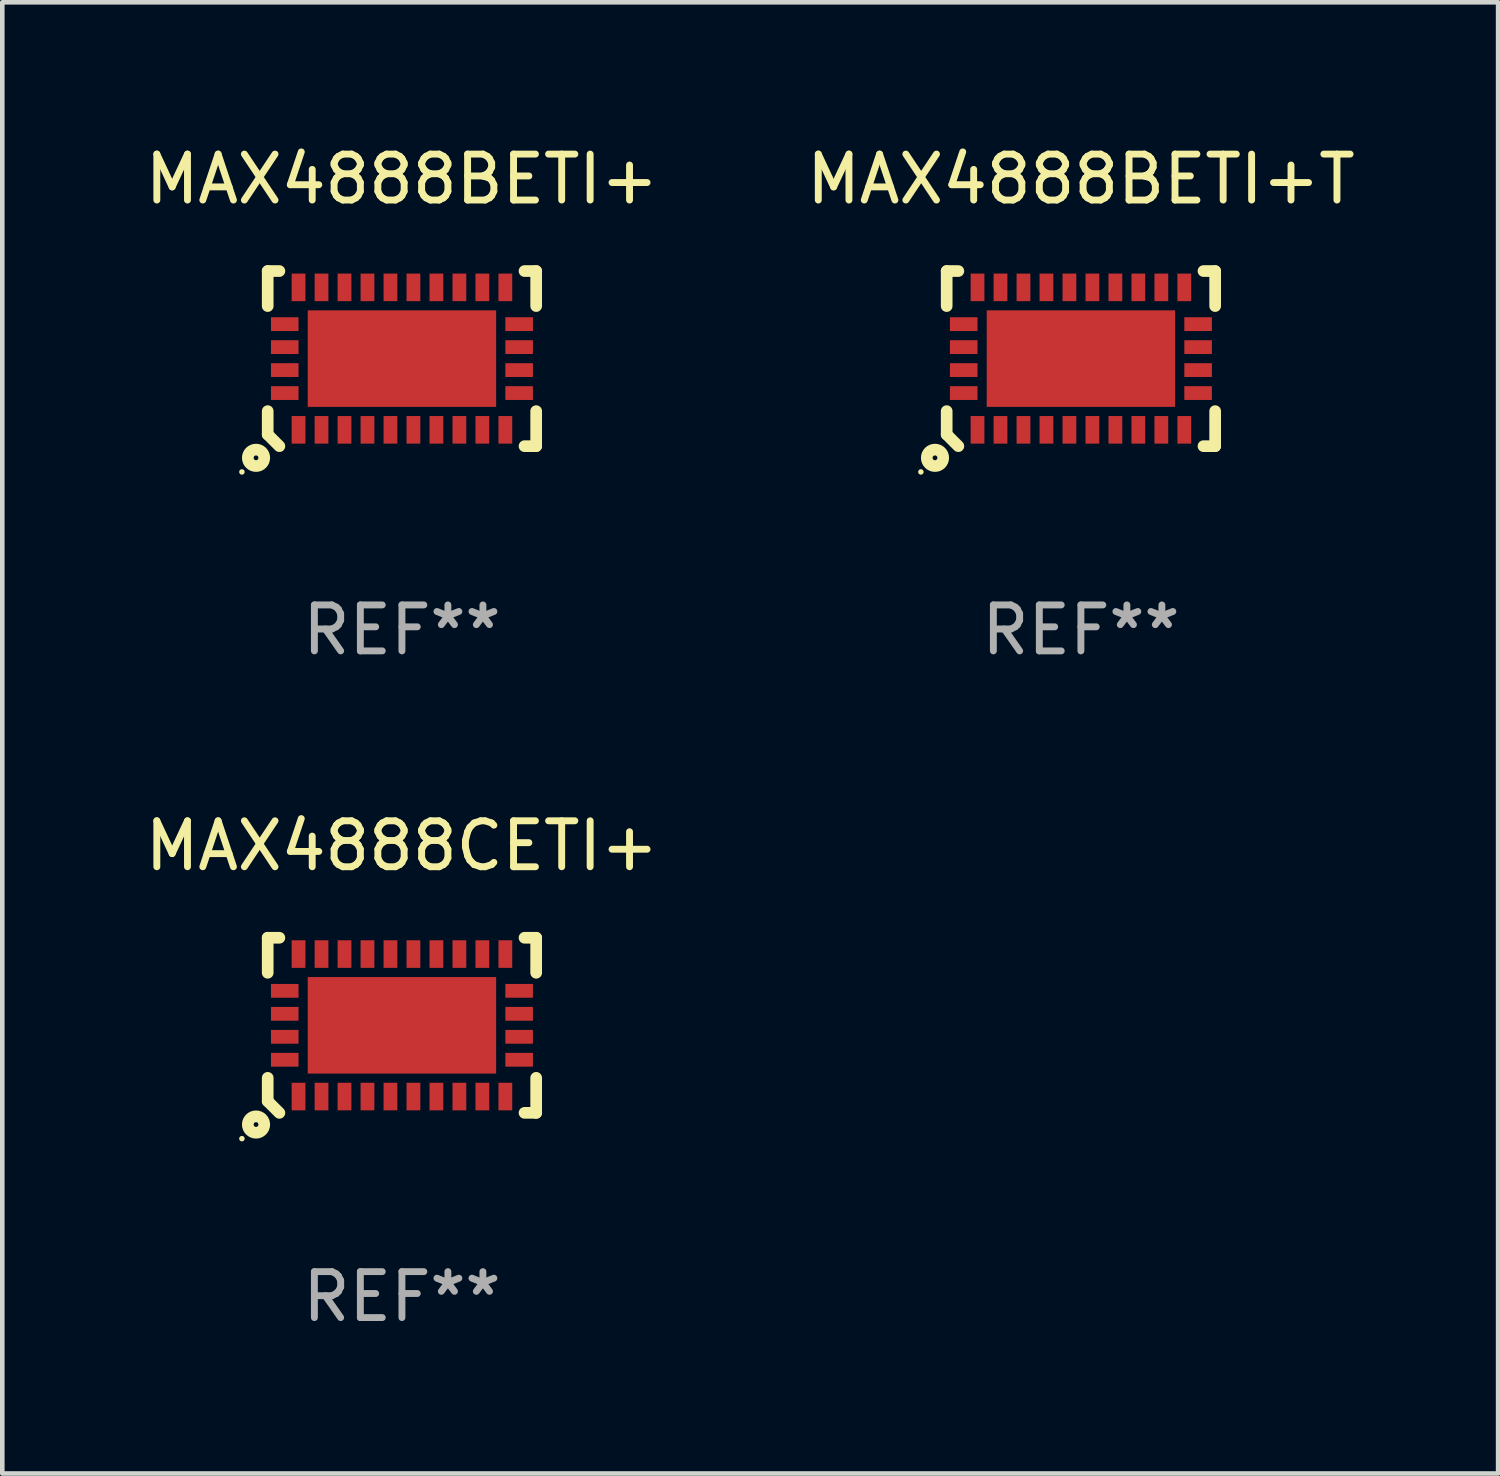
<source format=kicad_pcb>
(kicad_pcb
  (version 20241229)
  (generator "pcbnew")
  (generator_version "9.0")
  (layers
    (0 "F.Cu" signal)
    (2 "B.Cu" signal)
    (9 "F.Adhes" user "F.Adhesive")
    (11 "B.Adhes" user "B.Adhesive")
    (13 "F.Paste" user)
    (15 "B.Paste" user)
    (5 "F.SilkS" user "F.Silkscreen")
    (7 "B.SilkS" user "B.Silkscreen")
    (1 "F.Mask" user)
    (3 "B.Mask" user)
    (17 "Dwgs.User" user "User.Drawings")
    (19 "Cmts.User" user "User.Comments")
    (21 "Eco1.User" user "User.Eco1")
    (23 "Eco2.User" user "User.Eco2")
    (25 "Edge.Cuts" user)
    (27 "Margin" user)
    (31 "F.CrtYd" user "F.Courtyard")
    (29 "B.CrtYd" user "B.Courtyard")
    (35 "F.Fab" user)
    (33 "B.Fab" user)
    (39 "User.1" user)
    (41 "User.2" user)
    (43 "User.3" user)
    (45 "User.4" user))
  (footprint "MAX4888BETI+"
    (layer "F.Cu")
    (at 5.696 4.753)
    (property "Reference" "MAX4888BETI+" (at 0 -3.905 0) (layer "F.SilkS") (effects (font (size 1 1) (thickness 0.15))))
    (attr through_hole)
    (fp_line (start -2.921 -1.905) (end -2.667 -1.905) (stroke (width 0.254) (type solid)) (layer "F.SilkS"))
    (fp_line (start -2.921 -1.143) (end -2.921 -1.905) (stroke (width 0.254) (type solid)) (layer "F.SilkS"))
    (fp_line (start -2.921 1.143) (end -2.921 1.651) (stroke (width 0.254) (type solid)) (layer "F.SilkS"))
    (fp_line (start -2.921 1.651) (end -2.667 1.905) (stroke (width 0.254) (type solid)) (layer "F.SilkS"))
    (fp_line (start 2.667 -1.905) (end 2.921 -1.905) (stroke (width 0.254) (type solid)) (layer "F.SilkS"))
    (fp_line (start 2.921 -1.905) (end 2.921 -1.143) (stroke (width 0.254) (type solid)) (layer "F.SilkS"))
    (fp_line (start 2.921 1.143) (end 2.921 1.905) (stroke (width 0.254) (type solid)) (layer "F.SilkS"))
    (fp_line (start 2.921 1.905) (end 2.667 1.905) (stroke (width 0.254) (type solid)) (layer "F.SilkS"))
    (fp_circle (center -3.482 2.466) (end -3.452 2.466) (stroke (width 0.06) (type solid)) (fill no) (layer "F.SilkS"))
    (fp_circle (center -3.175 2.159) (end -2.996 2.159) (stroke (width 0.254) (type solid)) (fill no) (layer "F.SilkS"))
    (fp_text user "REF**" (at 0 5.905 0) (layer "F.Fab") (effects (font (size 1 1) (thickness 0.15))))
    (pad "1" smd rect (at -2.25 1.55) (size 0.3 0.6) (layers "F.Cu" "F.Mask" "F.Paste"))
    (pad "2" smd rect (at -1.75 1.55) (size 0.3 0.6) (layers "F.Cu" "F.Mask" "F.Paste"))
    (pad "3" smd rect (at -1.25 1.55) (size 0.3 0.6) (layers "F.Cu" "F.Mask" "F.Paste"))
    (pad "4" smd rect (at -0.75 1.55) (size 0.3 0.6) (layers "F.Cu" "F.Mask" "F.Paste"))
    (pad "5" smd rect (at -0.25 1.55) (size 0.3 0.6) (layers "F.Cu" "F.Mask" "F.Paste"))
    (pad "6" smd rect (at 0.25 1.55) (size 0.3 0.6) (layers "F.Cu" "F.Mask" "F.Paste"))
    (pad "7" smd rect (at 0.75 1.55) (size 0.3 0.6) (layers "F.Cu" "F.Mask" "F.Paste"))
    (pad "8" smd rect (at 1.25 1.55) (size 0.3 0.6) (layers "F.Cu" "F.Mask" "F.Paste"))
    (pad "9" smd rect (at 1.75 1.55) (size 0.3 0.6) (layers "F.Cu" "F.Mask" "F.Paste"))
    (pad "10" smd rect (at 2.25 1.55) (size 0.3 0.6) (layers "F.Cu" "F.Mask" "F.Paste"))
    (pad "11" smd rect (at 2.55 0.75 90) (size 0.3 0.6) (layers "F.Cu" "F.Mask" "F.Paste"))
    (pad "12" smd rect (at 2.55 0.25 90) (size 0.3 0.6) (layers "F.Cu" "F.Mask" "F.Paste"))
    (pad "13" smd rect (at 2.55 -0.25 90) (size 0.3 0.6) (layers "F.Cu" "F.Mask" "F.Paste"))
    (pad "14" smd rect (at 2.55 -0.75 90) (size 0.3 0.6) (layers "F.Cu" "F.Mask" "F.Paste"))
    (pad "15" smd rect (at 2.25 -1.55) (size 0.3 0.6) (layers "F.Cu" "F.Mask" "F.Paste"))
    (pad "16" smd rect (at 1.75 -1.55) (size 0.3 0.6) (layers "F.Cu" "F.Mask" "F.Paste"))
    (pad "17" smd rect (at 1.25 -1.55) (size 0.3 0.6) (layers "F.Cu" "F.Mask" "F.Paste"))
    (pad "18" smd rect (at 0.75 -1.55) (size 0.3 0.6) (layers "F.Cu" "F.Mask" "F.Paste"))
    (pad "19" smd rect (at 0.25 -1.55) (size 0.3 0.6) (layers "F.Cu" "F.Mask" "F.Paste"))
    (pad "20" smd rect (at -0.25 -1.55) (size 0.3 0.6) (layers "F.Cu" "F.Mask" "F.Paste"))
    (pad "21" smd rect (at -0.75 -1.55) (size 0.3 0.6) (layers "F.Cu" "F.Mask" "F.Paste"))
    (pad "22" smd rect (at -1.25 -1.55) (size 0.3 0.6) (layers "F.Cu" "F.Mask" "F.Paste"))
    (pad "23" smd rect (at -1.75 -1.55) (size 0.3 0.6) (layers "F.Cu" "F.Mask" "F.Paste"))
    (pad "24" smd rect (at -2.25 -1.55) (size 0.3 0.6) (layers "F.Cu" "F.Mask" "F.Paste"))
    (pad "25" smd rect (at -2.55 -0.75 270) (size 0.3 0.6) (layers "F.Cu" "F.Mask" "F.Paste"))
    (pad "26" smd rect (at -2.55 -0.25 270) (size 0.3 0.6) (layers "F.Cu" "F.Mask" "F.Paste"))
    (pad "27" smd rect (at -2.55 0.25 270) (size 0.3 0.6) (layers "F.Cu" "F.Mask" "F.Paste"))
    (pad "28" smd rect (at -2.55 0.75 270) (size 0.3 0.6) (layers "F.Cu" "F.Mask" "F.Paste"))
    (pad "29" smd rect (at -0.000076 0.000102 270) (size 2.1 4.1) (layers "F.Cu" "F.Mask" "F.Paste")))
  (footprint "MAX4888CETI+"
    (layer "F.Cu")
    (at 5.696 19.26)
    (property "Reference" "MAX4888CETI+" (at 0 -3.905 0) (layer "F.SilkS") (effects (font (size 1 1) (thickness 0.15))))
    (attr through_hole)
    (fp_line (start -2.921 -1.905) (end -2.667 -1.905) (stroke (width 0.254) (type solid)) (layer "F.SilkS"))
    (fp_line (start -2.921 -1.143) (end -2.921 -1.905) (stroke (width 0.254) (type solid)) (layer "F.SilkS"))
    (fp_line (start -2.921 1.143) (end -2.921 1.651) (stroke (width 0.254) (type solid)) (layer "F.SilkS"))
    (fp_line (start -2.921 1.651) (end -2.667 1.905) (stroke (width 0.254) (type solid)) (layer "F.SilkS"))
    (fp_line (start 2.667 -1.905) (end 2.921 -1.905) (stroke (width 0.254) (type solid)) (layer "F.SilkS"))
    (fp_line (start 2.921 -1.905) (end 2.921 -1.143) (stroke (width 0.254) (type solid)) (layer "F.SilkS"))
    (fp_line (start 2.921 1.143) (end 2.921 1.905) (stroke (width 0.254) (type solid)) (layer "F.SilkS"))
    (fp_line (start 2.921 1.905) (end 2.667 1.905) (stroke (width 0.254) (type solid)) (layer "F.SilkS"))
    (fp_circle (center -3.482 2.466) (end -3.452 2.466) (stroke (width 0.06) (type solid)) (fill no) (layer "F.SilkS"))
    (fp_circle (center -3.175 2.159) (end -2.996 2.159) (stroke (width 0.254) (type solid)) (fill no) (layer "F.SilkS"))
    (fp_text user "REF**" (at 0 5.905 0) (layer "F.Fab") (effects (font (size 1 1) (thickness 0.15))))
    (pad "1" smd rect (at -2.25 1.55) (size 0.3 0.6) (layers "F.Cu" "F.Mask" "F.Paste"))
    (pad "2" smd rect (at -1.75 1.55) (size 0.3 0.6) (layers "F.Cu" "F.Mask" "F.Paste"))
    (pad "3" smd rect (at -1.25 1.55) (size 0.3 0.6) (layers "F.Cu" "F.Mask" "F.Paste"))
    (pad "4" smd rect (at -0.75 1.55) (size 0.3 0.6) (layers "F.Cu" "F.Mask" "F.Paste"))
    (pad "5" smd rect (at -0.25 1.55) (size 0.3 0.6) (layers "F.Cu" "F.Mask" "F.Paste"))
    (pad "6" smd rect (at 0.25 1.55) (size 0.3 0.6) (layers "F.Cu" "F.Mask" "F.Paste"))
    (pad "7" smd rect (at 0.75 1.55) (size 0.3 0.6) (layers "F.Cu" "F.Mask" "F.Paste"))
    (pad "8" smd rect (at 1.25 1.55) (size 0.3 0.6) (layers "F.Cu" "F.Mask" "F.Paste"))
    (pad "9" smd rect (at 1.75 1.55) (size 0.3 0.6) (layers "F.Cu" "F.Mask" "F.Paste"))
    (pad "10" smd rect (at 2.25 1.55) (size 0.3 0.6) (layers "F.Cu" "F.Mask" "F.Paste"))
    (pad "11" smd rect (at 2.55 0.75 90) (size 0.3 0.6) (layers "F.Cu" "F.Mask" "F.Paste"))
    (pad "12" smd rect (at 2.55 0.25 90) (size 0.3 0.6) (layers "F.Cu" "F.Mask" "F.Paste"))
    (pad "13" smd rect (at 2.55 -0.25 90) (size 0.3 0.6) (layers "F.Cu" "F.Mask" "F.Paste"))
    (pad "14" smd rect (at 2.55 -0.75 90) (size 0.3 0.6) (layers "F.Cu" "F.Mask" "F.Paste"))
    (pad "15" smd rect (at 2.25 -1.55) (size 0.3 0.6) (layers "F.Cu" "F.Mask" "F.Paste"))
    (pad "16" smd rect (at 1.75 -1.55) (size 0.3 0.6) (layers "F.Cu" "F.Mask" "F.Paste"))
    (pad "17" smd rect (at 1.25 -1.55) (size 0.3 0.6) (layers "F.Cu" "F.Mask" "F.Paste"))
    (pad "18" smd rect (at 0.75 -1.55) (size 0.3 0.6) (layers "F.Cu" "F.Mask" "F.Paste"))
    (pad "19" smd rect (at 0.25 -1.55) (size 0.3 0.6) (layers "F.Cu" "F.Mask" "F.Paste"))
    (pad "20" smd rect (at -0.25 -1.55) (size 0.3 0.6) (layers "F.Cu" "F.Mask" "F.Paste"))
    (pad "21" smd rect (at -0.75 -1.55) (size 0.3 0.6) (layers "F.Cu" "F.Mask" "F.Paste"))
    (pad "22" smd rect (at -1.25 -1.55) (size 0.3 0.6) (layers "F.Cu" "F.Mask" "F.Paste"))
    (pad "23" smd rect (at -1.75 -1.55) (size 0.3 0.6) (layers "F.Cu" "F.Mask" "F.Paste"))
    (pad "24" smd rect (at -2.25 -1.55) (size 0.3 0.6) (layers "F.Cu" "F.Mask" "F.Paste"))
    (pad "25" smd rect (at -2.55 -0.75 270) (size 0.3 0.6) (layers "F.Cu" "F.Mask" "F.Paste"))
    (pad "26" smd rect (at -2.55 -0.25 270) (size 0.3 0.6) (layers "F.Cu" "F.Mask" "F.Paste"))
    (pad "27" smd rect (at -2.55 0.25 270) (size 0.3 0.6) (layers "F.Cu" "F.Mask" "F.Paste"))
    (pad "28" smd rect (at -2.55 0.75 270) (size 0.3 0.6) (layers "F.Cu" "F.Mask" "F.Paste"))
    (pad "29" smd rect (at -0.000076 0.000102 270) (size 2.1 4.1) (layers "F.Cu" "F.Mask" "F.Paste")))
  (footprint "MAX4888BETI+T"
    (layer "F.Cu")
    (at 20.47 4.753)
    (property "Reference" "MAX4888BETI+T" (at 0 -3.905 0) (layer "F.SilkS") (effects (font (size 1 1) (thickness 0.15))))
    (attr through_hole)
    (fp_line (start -2.921 -1.905) (end -2.667 -1.905) (stroke (width 0.254) (type solid)) (layer "F.SilkS"))
    (fp_line (start -2.921 -1.143) (end -2.921 -1.905) (stroke (width 0.254) (type solid)) (layer "F.SilkS"))
    (fp_line (start -2.921 1.143) (end -2.921 1.651) (stroke (width 0.254) (type solid)) (layer "F.SilkS"))
    (fp_line (start -2.921 1.651) (end -2.667 1.905) (stroke (width 0.254) (type solid)) (layer "F.SilkS"))
    (fp_line (start 2.667 -1.905) (end 2.921 -1.905) (stroke (width 0.254) (type solid)) (layer "F.SilkS"))
    (fp_line (start 2.921 -1.905) (end 2.921 -1.143) (stroke (width 0.254) (type solid)) (layer "F.SilkS"))
    (fp_line (start 2.921 1.143) (end 2.921 1.905) (stroke (width 0.254) (type solid)) (layer "F.SilkS"))
    (fp_line (start 2.921 1.905) (end 2.667 1.905) (stroke (width 0.254) (type solid)) (layer "F.SilkS"))
    (fp_circle (center -3.482 2.466) (end -3.452 2.466) (stroke (width 0.06) (type solid)) (fill no) (layer "F.SilkS"))
    (fp_circle (center -3.175 2.159) (end -2.996 2.159) (stroke (width 0.254) (type solid)) (fill no) (layer "F.SilkS"))
    (fp_text user "REF**" (at 0 5.905 0) (layer "F.Fab") (effects (font (size 1 1) (thickness 0.15))))
    (pad "1" smd rect (at -2.25 1.55) (size 0.3 0.6) (layers "F.Cu" "F.Mask" "F.Paste"))
    (pad "2" smd rect (at -1.75 1.55) (size 0.3 0.6) (layers "F.Cu" "F.Mask" "F.Paste"))
    (pad "3" smd rect (at -1.25 1.55) (size 0.3 0.6) (layers "F.Cu" "F.Mask" "F.Paste"))
    (pad "4" smd rect (at -0.75 1.55) (size 0.3 0.6) (layers "F.Cu" "F.Mask" "F.Paste"))
    (pad "5" smd rect (at -0.25 1.55) (size 0.3 0.6) (layers "F.Cu" "F.Mask" "F.Paste"))
    (pad "6" smd rect (at 0.25 1.55) (size 0.3 0.6) (layers "F.Cu" "F.Mask" "F.Paste"))
    (pad "7" smd rect (at 0.75 1.55) (size 0.3 0.6) (layers "F.Cu" "F.Mask" "F.Paste"))
    (pad "8" smd rect (at 1.25 1.55) (size 0.3 0.6) (layers "F.Cu" "F.Mask" "F.Paste"))
    (pad "9" smd rect (at 1.75 1.55) (size 0.3 0.6) (layers "F.Cu" "F.Mask" "F.Paste"))
    (pad "10" smd rect (at 2.25 1.55) (size 0.3 0.6) (layers "F.Cu" "F.Mask" "F.Paste"))
    (pad "11" smd rect (at 2.55 0.75 90) (size 0.3 0.6) (layers "F.Cu" "F.Mask" "F.Paste"))
    (pad "12" smd rect (at 2.55 0.25 90) (size 0.3 0.6) (layers "F.Cu" "F.Mask" "F.Paste"))
    (pad "13" smd rect (at 2.55 -0.25 90) (size 0.3 0.6) (layers "F.Cu" "F.Mask" "F.Paste"))
    (pad "14" smd rect (at 2.55 -0.75 90) (size 0.3 0.6) (layers "F.Cu" "F.Mask" "F.Paste"))
    (pad "15" smd rect (at 2.25 -1.55) (size 0.3 0.6) (layers "F.Cu" "F.Mask" "F.Paste"))
    (pad "16" smd rect (at 1.75 -1.55) (size 0.3 0.6) (layers "F.Cu" "F.Mask" "F.Paste"))
    (pad "17" smd rect (at 1.25 -1.55) (size 0.3 0.6) (layers "F.Cu" "F.Mask" "F.Paste"))
    (pad "18" smd rect (at 0.75 -1.55) (size 0.3 0.6) (layers "F.Cu" "F.Mask" "F.Paste"))
    (pad "19" smd rect (at 0.25 -1.55) (size 0.3 0.6) (layers "F.Cu" "F.Mask" "F.Paste"))
    (pad "20" smd rect (at -0.25 -1.55) (size 0.3 0.6) (layers "F.Cu" "F.Mask" "F.Paste"))
    (pad "21" smd rect (at -0.75 -1.55) (size 0.3 0.6) (layers "F.Cu" "F.Mask" "F.Paste"))
    (pad "22" smd rect (at -1.25 -1.55) (size 0.3 0.6) (layers "F.Cu" "F.Mask" "F.Paste"))
    (pad "23" smd rect (at -1.75 -1.55) (size 0.3 0.6) (layers "F.Cu" "F.Mask" "F.Paste"))
    (pad "24" smd rect (at -2.25 -1.55) (size 0.3 0.6) (layers "F.Cu" "F.Mask" "F.Paste"))
    (pad "25" smd rect (at -2.55 -0.75 270) (size 0.3 0.6) (layers "F.Cu" "F.Mask" "F.Paste"))
    (pad "26" smd rect (at -2.55 -0.25 270) (size 0.3 0.6) (layers "F.Cu" "F.Mask" "F.Paste"))
    (pad "27" smd rect (at -2.55 0.25 270) (size 0.3 0.6) (layers "F.Cu" "F.Mask" "F.Paste"))
    (pad "28" smd rect (at -2.55 0.75 270) (size 0.3 0.6) (layers "F.Cu" "F.Mask" "F.Paste"))
    (pad "29" smd rect (at -0.000076 0.000102 270) (size 2.1 4.1) (layers "F.Cu" "F.Mask" "F.Paste")))
  (gr_rect
    (start -3 -3)
    (end 29.548 29.013)
    (stroke (width 0.1) (type default))
    (fill no)
    (layer "Edge.Cuts")))
</source>
